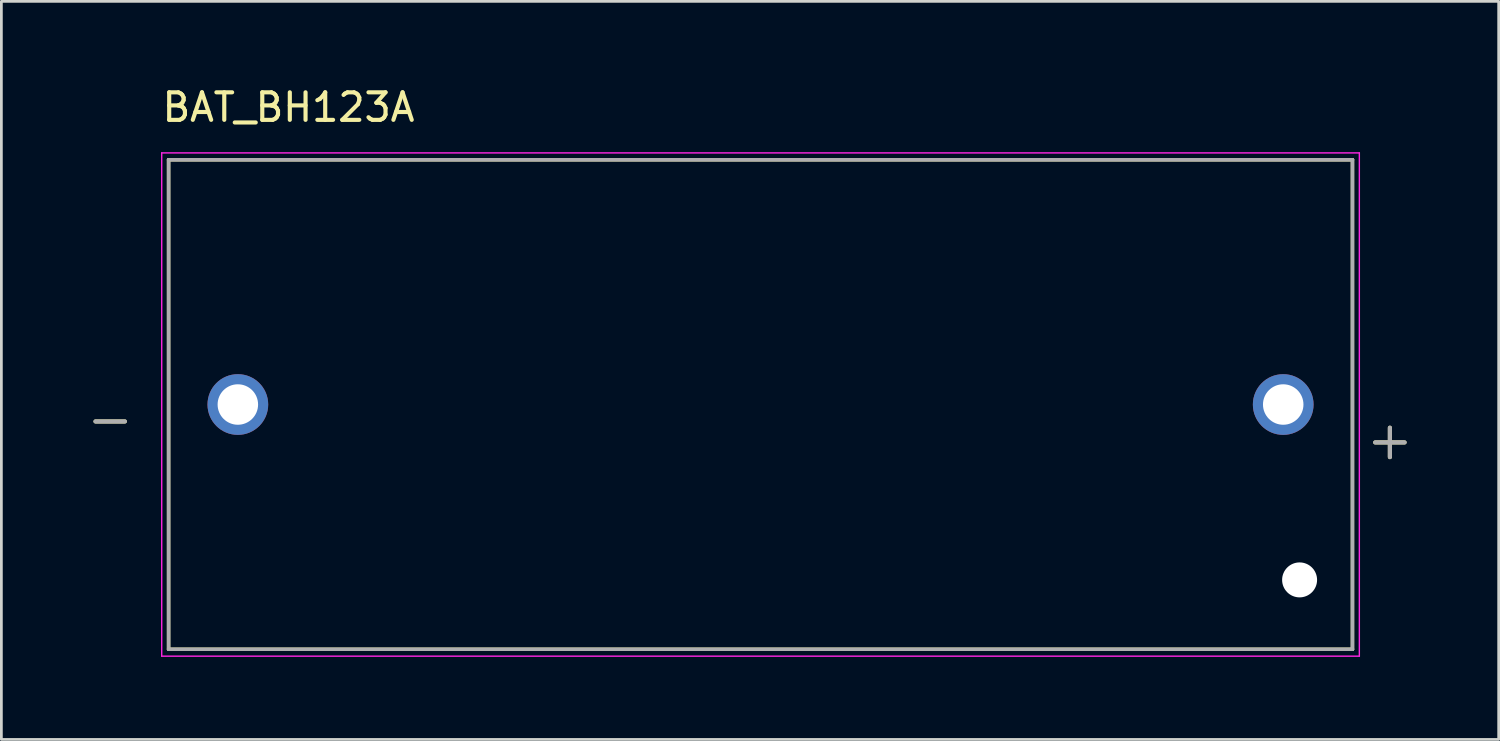
<source format=kicad_pcb>
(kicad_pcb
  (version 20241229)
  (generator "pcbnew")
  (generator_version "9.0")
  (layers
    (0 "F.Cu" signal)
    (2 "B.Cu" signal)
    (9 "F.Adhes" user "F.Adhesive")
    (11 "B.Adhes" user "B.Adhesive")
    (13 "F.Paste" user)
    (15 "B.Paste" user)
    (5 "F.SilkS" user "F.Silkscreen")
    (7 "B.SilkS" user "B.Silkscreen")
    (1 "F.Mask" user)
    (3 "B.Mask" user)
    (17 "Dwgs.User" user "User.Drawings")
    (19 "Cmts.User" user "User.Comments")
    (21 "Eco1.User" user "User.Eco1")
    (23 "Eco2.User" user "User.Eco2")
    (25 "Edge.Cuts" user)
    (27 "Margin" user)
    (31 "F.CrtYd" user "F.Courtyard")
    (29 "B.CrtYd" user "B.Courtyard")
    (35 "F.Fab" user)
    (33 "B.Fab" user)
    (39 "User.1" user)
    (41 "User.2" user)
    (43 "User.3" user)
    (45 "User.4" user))
  (footprint "BAT_BH123A"
    (layer "F.Cu")
    (at 24.574 11.643)
    (property "Reference" "BAT_BH123A" (at -17.145 -10.795 0) (layer "F.SilkS") (effects (font (size 1 1) (thickness 0.15))))
    (attr through_hole)
    (fp_line (start -21.5 -8.89) (end 21.5 -8.89) (stroke (width 0.127) (type solid)) (layer "F.SilkS"))
    (fp_line (start -21.5 8.89) (end -21.5 -8.89) (stroke (width 0.127) (type solid)) (layer "F.SilkS"))
    (fp_line (start 21.5 -8.89) (end 21.5 8.89) (stroke (width 0.127) (type solid)) (layer "F.SilkS"))
    (fp_line (start 21.5 8.89) (end -21.5 8.89) (stroke (width 0.127) (type solid)) (layer "F.SilkS"))
    (fp_line (start -21.75 -9.14) (end 21.75 -9.14) (stroke (width 0.05) (type solid)) (layer "F.CrtYd"))
    (fp_line (start -21.75 9.14) (end -21.75 -9.14) (stroke (width 0.05) (type solid)) (layer "F.CrtYd"))
    (fp_line (start 21.75 -9.14) (end 21.75 9.14) (stroke (width 0.05) (type solid)) (layer "F.CrtYd"))
    (fp_line (start 21.75 9.14) (end -21.75 9.14) (stroke (width 0.05) (type solid)) (layer "F.CrtYd"))
    (fp_line (start -21.5 -8.89) (end 21.5 -8.89) (stroke (width 0.127) (type solid)) (layer "F.Fab"))
    (fp_line (start -21.5 8.89) (end -21.5 -8.89) (stroke (width 0.127) (type solid)) (layer "F.Fab"))
    (fp_line (start 21.5 -8.89) (end 21.5 8.89) (stroke (width 0.127) (type solid)) (layer "F.Fab"))
    (fp_line (start 21.5 8.89) (end -21.5 8.89) (stroke (width 0.127) (type solid)) (layer "F.Fab"))
    (fp_text user "-" (at -23.622 0.508 0) (layer "F.SilkS") (effects (font (size 1.4 1.4) (thickness 0.15))))
    (fp_text user "+" (at 22.86 1.27 0) (layer "F.SilkS") (effects (font (size 1.4 1.4) (thickness 0.15))))
    (fp_text user "+" (at 22.86 1.27 0) (layer "F.Fab") (effects (font (size 1.4 1.4) (thickness 0.15))))
    (fp_text user "-" (at -23.622 0.508 0) (layer "F.Fab") (effects (font (size 1.4 1.4) (thickness 0.15))))
    (pad "" np_thru_hole circle (at 19.58 6.37) (size 1.27 1.27) (drill 1.27) (layers "*.Cu" "*.Mask"))
    (pad "N" thru_hole circle (at -18.985 0) (size 2.205 2.205) (drill 1.47) (layers "*.Cu" "*.Mask"))
    (pad "P" thru_hole circle (at 18.985 0) (size 2.205 2.205) (drill 1.47) (layers "*.Cu" "*.Mask")))
  (gr_rect
    (start -3 -3)
    (end 51.385 23.808)
    (stroke (width 0.1) (type default))
    (fill no)
    (layer "Edge.Cuts")))
</source>
